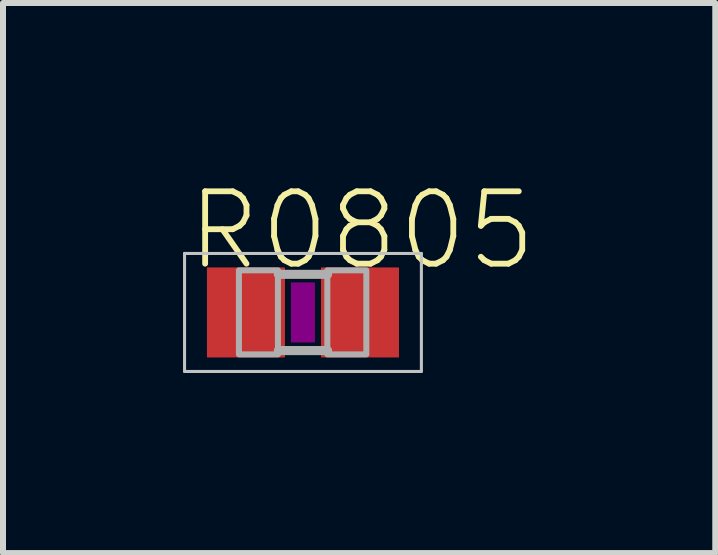
<source format=kicad_pcb>
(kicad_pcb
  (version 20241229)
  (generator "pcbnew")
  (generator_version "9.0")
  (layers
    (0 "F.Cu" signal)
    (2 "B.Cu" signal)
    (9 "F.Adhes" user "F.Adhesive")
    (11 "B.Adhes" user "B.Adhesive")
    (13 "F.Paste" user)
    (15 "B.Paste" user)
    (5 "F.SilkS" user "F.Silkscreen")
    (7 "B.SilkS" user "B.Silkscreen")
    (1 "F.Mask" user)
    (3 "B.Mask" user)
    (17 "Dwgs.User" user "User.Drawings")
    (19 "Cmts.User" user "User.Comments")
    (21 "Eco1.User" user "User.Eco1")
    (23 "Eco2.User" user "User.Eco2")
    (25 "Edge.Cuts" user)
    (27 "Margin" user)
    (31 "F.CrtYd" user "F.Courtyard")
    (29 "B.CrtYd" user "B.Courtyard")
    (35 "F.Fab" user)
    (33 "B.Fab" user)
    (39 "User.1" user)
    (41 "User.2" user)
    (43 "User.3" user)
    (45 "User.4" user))
  (footprint "R0805"
    (layer "F.Cu")
    (at 1.998 2.156)
    (property "Reference" "R0805" (at -1.981 -0.66 180) (layer "F.SilkS") (effects (font (size 1.206 1.206) (thickness 0.097)) (justify left bottom)))
    (attr through_hole)
    (fp_poly (pts (xy -0.2 0.5) (xy 0.2 0.5) (xy 0.2 -0.5) (xy -0.2 -0.5)) (stroke (width 0) (type solid)) (fill yes) (layer "F.Adhes"))
    (fp_line (start -1.973 -0.983) (end 1.973 -0.983) (stroke (width 0.051) (type solid)) (layer "Dwgs.User"))
    (fp_line (start -1.973 0.983) (end -1.973 -0.983) (stroke (width 0.051) (type solid)) (layer "Dwgs.User"))
    (fp_line (start 1.973 -0.983) (end 1.973 0.983) (stroke (width 0.051) (type solid)) (layer "Dwgs.User"))
    (fp_line (start 1.973 0.983) (end -1.973 0.983) (stroke (width 0.051) (type solid)) (layer "Dwgs.User"))
    (fp_line (start -0.41 -0.635) (end 0.41 -0.635) (stroke (width 0.152) (type solid)) (layer "F.Fab"))
    (fp_line (start -0.41 0.635) (end 0.41 0.635) (stroke (width 0.152) (type solid)) (layer "F.Fab"))
    (fp_poly (pts (xy -1.067 0.699) (xy -0.417 0.699) (xy -0.417 -0.702) (xy -1.067 -0.702)) (stroke (width 0.1) (type solid)) (fill no) (layer "F.Fab"))
    (fp_poly (pts (xy 0.406 0.699) (xy 1.056 0.699) (xy 1.056 -0.702) (xy 0.406 -0.702)) (stroke (width 0.1) (type solid)) (fill no) (layer "F.Fab"))
    (pad "1" smd rect (at -0.95 0) (size 1.3 1.5) (layers "F.Cu" "F.Mask" "F.Paste"))
    (pad "2" smd rect (at 0.95 0) (size 1.3 1.5) (layers "F.Cu" "F.Mask" "F.Paste")))
  (gr_rect
    (start -3 -3)
    (end 8.868 6.165)
    (stroke (width 0.1) (type default))
    (fill no)
    (layer "Edge.Cuts")))
</source>
